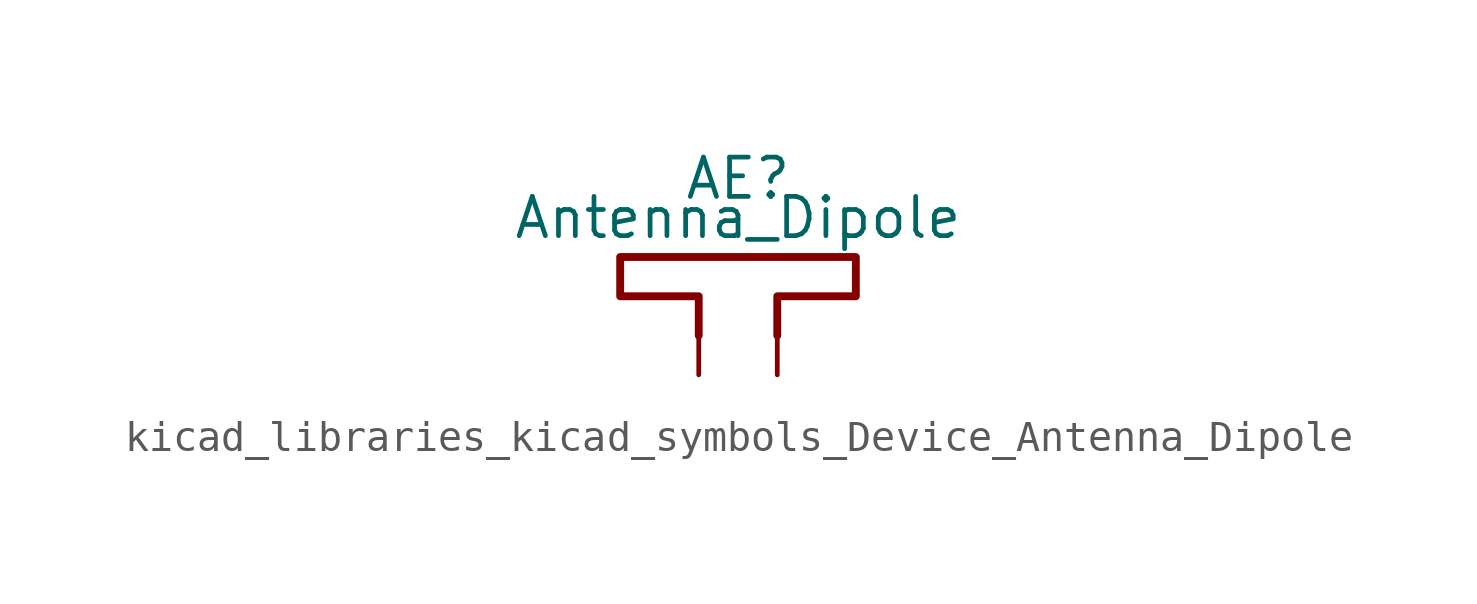
<source format=kicad_sym>
(kicad_symbol_lib
  (version 20220914)
  (generator kicad_symbol_editor)
  (symbol "kicad_libraries_kicad_symbols_Device_Antenna_Dipole"
    (pin_numbers hide)
    (pin_names
      (offset 1.016) hide)
    (property "Reference" "AE"
      (at 1.27 1.27 0)
      (effects (font (size 1.27 1.27))))
    (property "Value" "Antenna_Dipole"
      (at 1.27 0 0)
      (effects (font (size 1.27 1.27))))
    (symbol "kicad_libraries_kicad_symbols_Device_Antenna_Dipole_0_1"
      (polyline (pts (xy 2.54 -3.81) (xy 2.54 -2.54) (xy 5.08 -2.54) (xy 5.08 -1.27) (xy -2.54 -1.27) (xy -2.54 -2.54) (xy 0 -2.54) (xy 0 -3.81)) (stroke (width 0.254) (type default)) (fill (type none))))
    (symbol "kicad_libraries_kicad_symbols_Device_Antenna_Dipole_1_1"
      (pin input line (at 0 -5.08 90) (length 2.54) (name "~" (effects (font (size 1.27 1.27)))) (number "1" (effects (font (size 1.27 1.27)))))
      (pin input line (at 2.54 -5.08 90) (length 2.54) (name "~" (effects (font (size 1.27 1.27)))) (number "2" (effects (font (size 1.27 1.27))))))))
</source>
